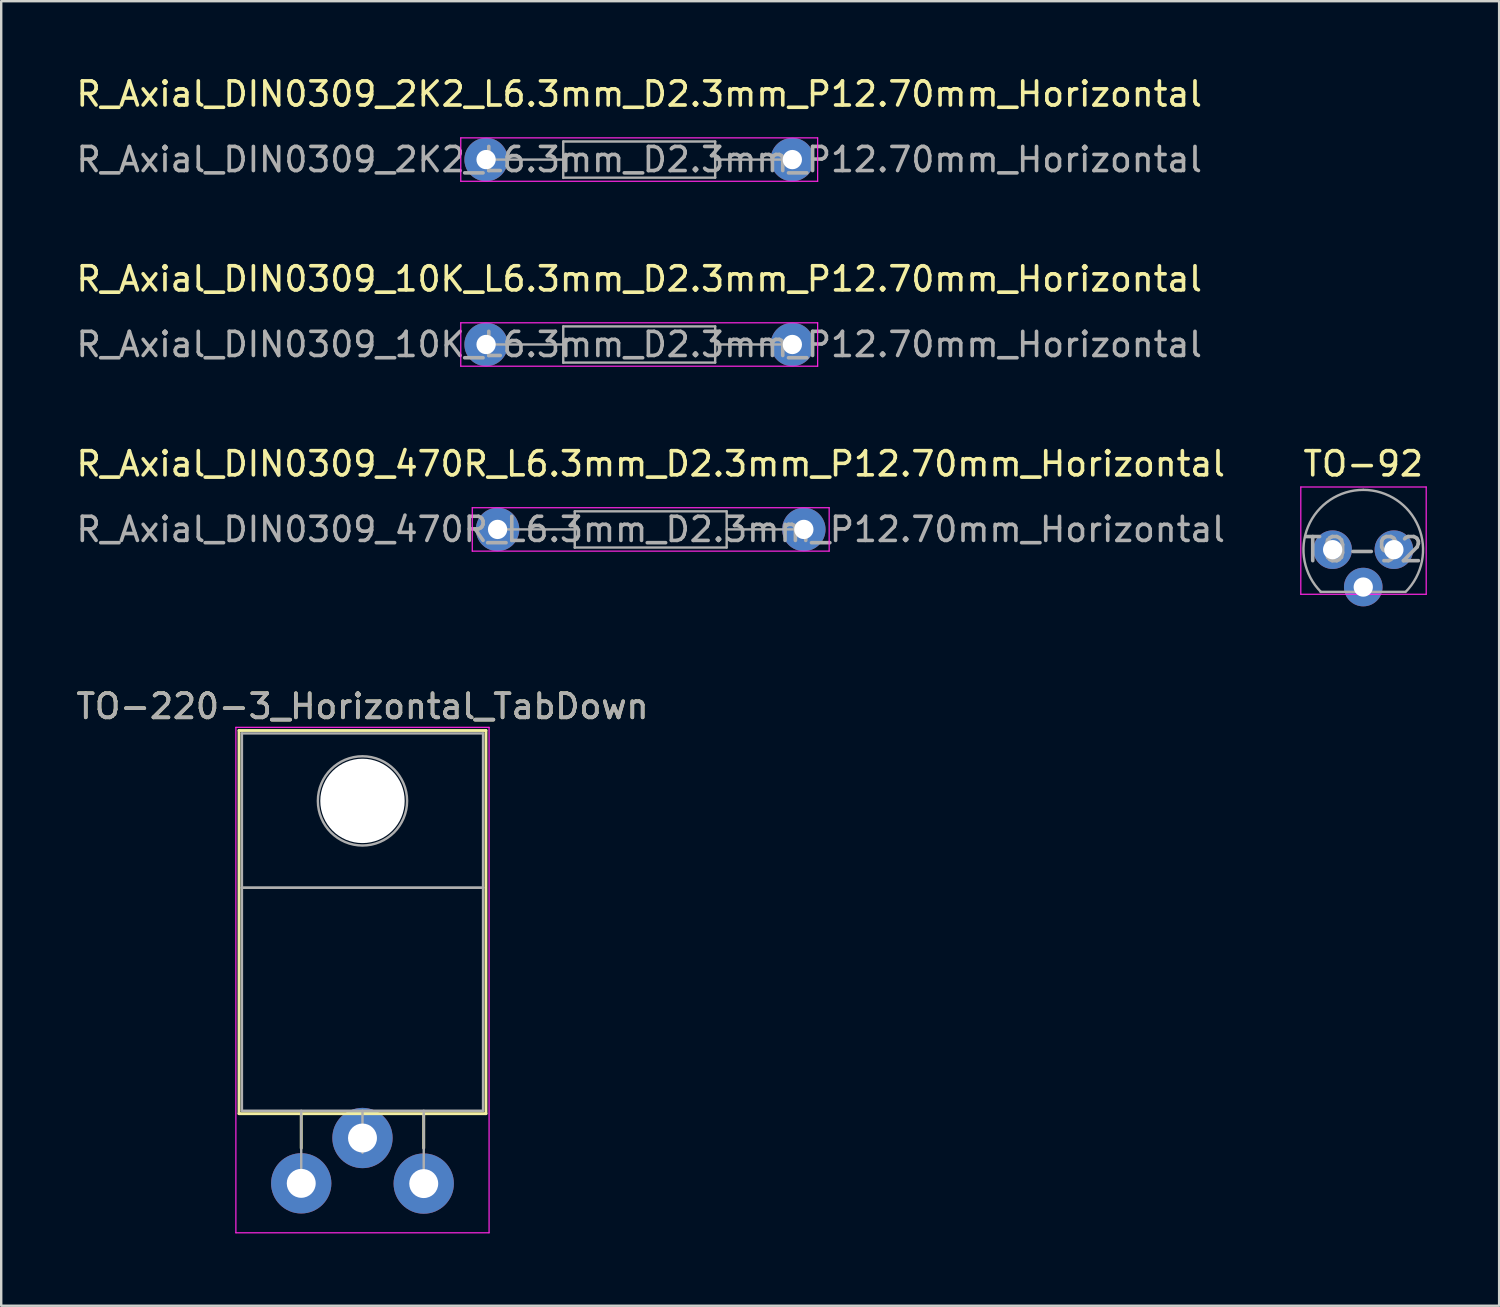
<source format=kicad_pcb>
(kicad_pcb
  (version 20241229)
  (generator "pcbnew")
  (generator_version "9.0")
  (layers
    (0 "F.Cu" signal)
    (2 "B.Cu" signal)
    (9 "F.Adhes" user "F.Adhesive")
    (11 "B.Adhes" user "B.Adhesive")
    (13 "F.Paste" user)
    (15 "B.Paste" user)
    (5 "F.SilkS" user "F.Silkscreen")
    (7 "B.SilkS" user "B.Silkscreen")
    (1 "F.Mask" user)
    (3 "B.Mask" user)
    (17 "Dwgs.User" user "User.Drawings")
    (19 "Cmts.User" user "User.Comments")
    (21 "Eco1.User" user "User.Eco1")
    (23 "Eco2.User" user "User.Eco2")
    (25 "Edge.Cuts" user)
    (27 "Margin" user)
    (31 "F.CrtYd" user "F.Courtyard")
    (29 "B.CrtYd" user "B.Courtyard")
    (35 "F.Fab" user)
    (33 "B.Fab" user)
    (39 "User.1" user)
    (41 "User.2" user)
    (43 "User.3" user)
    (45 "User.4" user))
  (footprint "R_Axial_DIN0309_470R_L6.3mm_D2.3mm_P12.70mm_Horizontal"
    (layer "F.Cu")
    (at 17.585 18.905)
    (property "Reference" "R_Axial_DIN0309_470R_L6.3mm_D2.3mm_P12.70mm_Horizontal" (at 6.35 -2.72 180) (layer "F.SilkS") (effects (font (size 1 1) (thickness 0.15))))
    (attr through_hole)
    (fp_circle (center 0 0) (end 1.1 0) (stroke (width 0) (type solid)) (fill yes) (layer "F.Mask"))
    (fp_circle (center 12.7 0) (end 13.8 0) (stroke (width 0) (type solid)) (fill yes) (layer "F.Mask"))
    (fp_circle (center 0 0) (end 1.1 0) (stroke (width 0) (type solid)) (fill yes) (layer "B.Mask"))
    (fp_circle (center 12.7 0) (end 13.8 0) (stroke (width 0) (type solid)) (fill yes) (layer "B.Mask"))
    (fp_line (start -1.05 -0.9) (end -1.05 0.9) (stroke (width 0.05) (type solid)) (layer "F.CrtYd"))
    (fp_line (start -1.05 0.9) (end 13.75 0.9) (stroke (width 0.05) (type solid)) (layer "F.CrtYd"))
    (fp_line (start 13.75 -0.9) (end -1.05 -0.9) (stroke (width 0.05) (type solid)) (layer "F.CrtYd"))
    (fp_line (start 13.75 0.9) (end 13.75 -0.9) (stroke (width 0.05) (type solid)) (layer "F.CrtYd"))
    (fp_line (start 0 0) (end 3.2 0) (stroke (width 0.1) (type solid)) (layer "F.Fab"))
    (fp_line (start 3.2 -0.75) (end 3.2 0.76) (stroke (width 0.1) (type solid)) (layer "F.Fab"))
    (fp_line (start 3.2 0.75) (end 9.5 0.75) (stroke (width 0.1) (type solid)) (layer "F.Fab"))
    (fp_line (start 9.5 -0.75) (end 3.2 -0.75) (stroke (width 0.1) (type solid)) (layer "F.Fab"))
    (fp_line (start 9.5 0.75) (end 9.5 -0.75) (stroke (width 0.1) (type solid)) (layer "F.Fab"))
    (fp_line (start 12.7 0) (end 9.5 0) (stroke (width 0.1) (type solid)) (layer "F.Fab"))
    (fp_text user "${REFERENCE}" (at 6.35 0 180) (layer "F.Fab") (effects (font (size 1 1) (thickness 0.15))))
    (pad "1" thru_hole circle (at 0 0) (size 1.8 1.8) (drill 0.8) (layers "*.Cu" "*.Mask"))
    (pad "2" thru_hole circle (at 12.7 0) (size 1.8 1.8) (drill 0.8) (layers "*.Cu" "*.Mask")))
  (footprint "R_Axial_DIN0309_10K_L6.3mm_D2.3mm_P12.70mm_Horizontal"
    (layer "F.Cu")
    (at 17.108 11.236)
    (property "Reference" "R_Axial_DIN0309_10K_L6.3mm_D2.3mm_P12.70mm_Horizontal" (at 6.35 -2.72 180) (layer "F.SilkS") (effects (font (size 1 1) (thickness 0.15))))
    (attr through_hole)
    (fp_circle (center 0 0) (end 1.1 0) (stroke (width 0) (type solid)) (fill yes) (layer "F.Mask"))
    (fp_circle (center 12.7 0) (end 13.8 0) (stroke (width 0) (type solid)) (fill yes) (layer "F.Mask"))
    (fp_circle (center 0 0) (end 1.1 0) (stroke (width 0) (type solid)) (fill yes) (layer "B.Mask"))
    (fp_circle (center 12.7 0) (end 13.8 0) (stroke (width 0) (type solid)) (fill yes) (layer "B.Mask"))
    (fp_line (start -1.05 -0.9) (end -1.05 0.9) (stroke (width 0.05) (type solid)) (layer "F.CrtYd"))
    (fp_line (start -1.05 0.9) (end 13.75 0.9) (stroke (width 0.05) (type solid)) (layer "F.CrtYd"))
    (fp_line (start 13.75 -0.9) (end -1.05 -0.9) (stroke (width 0.05) (type solid)) (layer "F.CrtYd"))
    (fp_line (start 13.75 0.9) (end 13.75 -0.9) (stroke (width 0.05) (type solid)) (layer "F.CrtYd"))
    (fp_line (start 0 0) (end 3.2 0) (stroke (width 0.1) (type solid)) (layer "F.Fab"))
    (fp_line (start 3.2 -0.75) (end 3.2 0.76) (stroke (width 0.1) (type solid)) (layer "F.Fab"))
    (fp_line (start 3.2 0.75) (end 9.5 0.75) (stroke (width 0.1) (type solid)) (layer "F.Fab"))
    (fp_line (start 9.5 -0.75) (end 3.2 -0.75) (stroke (width 0.1) (type solid)) (layer "F.Fab"))
    (fp_line (start 9.5 0.75) (end 9.5 -0.75) (stroke (width 0.1) (type solid)) (layer "F.Fab"))
    (fp_line (start 12.7 0) (end 9.5 0) (stroke (width 0.1) (type solid)) (layer "F.Fab"))
    (fp_text user "${REFERENCE}" (at 6.35 0 180) (layer "F.Fab") (effects (font (size 1 1) (thickness 0.15))))
    (pad "1" thru_hole circle (at 0 0) (size 1.8 1.8) (drill 0.8) (layers "*.Cu" "*.Mask"))
    (pad "2" thru_hole circle (at 12.7 0) (size 1.8 1.8) (drill 0.8) (layers "*.Cu" "*.Mask")))
  (footprint "R_Axial_DIN0309_2K2_L6.3mm_D2.3mm_P12.70mm_Horizontal"
    (layer "F.Cu")
    (at 17.108 3.568)
    (property "Reference" "R_Axial_DIN0309_2K2_L6.3mm_D2.3mm_P12.70mm_Horizontal" (at 6.35 -2.72 180) (layer "F.SilkS") (effects (font (size 1 1) (thickness 0.15))))
    (attr through_hole)
    (fp_circle (center 0 0) (end 1.1 0) (stroke (width 0) (type solid)) (fill yes) (layer "F.Mask"))
    (fp_circle (center 12.7 0) (end 13.8 0) (stroke (width 0) (type solid)) (fill yes) (layer "F.Mask"))
    (fp_circle (center 0 0) (end 1.1 0) (stroke (width 0) (type solid)) (fill yes) (layer "B.Mask"))
    (fp_circle (center 12.7 0) (end 13.8 0) (stroke (width 0) (type solid)) (fill yes) (layer "B.Mask"))
    (fp_line (start -1.05 -0.9) (end -1.05 0.9) (stroke (width 0.05) (type solid)) (layer "F.CrtYd"))
    (fp_line (start -1.05 0.9) (end 13.75 0.9) (stroke (width 0.05) (type solid)) (layer "F.CrtYd"))
    (fp_line (start 13.75 -0.9) (end -1.05 -0.9) (stroke (width 0.05) (type solid)) (layer "F.CrtYd"))
    (fp_line (start 13.75 0.9) (end 13.75 -0.9) (stroke (width 0.05) (type solid)) (layer "F.CrtYd"))
    (fp_line (start 0 0) (end 3.2 0) (stroke (width 0.1) (type solid)) (layer "F.Fab"))
    (fp_line (start 3.2 -0.75) (end 3.2 0.76) (stroke (width 0.1) (type solid)) (layer "F.Fab"))
    (fp_line (start 3.2 0.75) (end 9.5 0.75) (stroke (width 0.1) (type solid)) (layer "F.Fab"))
    (fp_line (start 9.5 -0.75) (end 3.2 -0.75) (stroke (width 0.1) (type solid)) (layer "F.Fab"))
    (fp_line (start 9.5 0.75) (end 9.5 -0.75) (stroke (width 0.1) (type solid)) (layer "F.Fab"))
    (fp_line (start 12.7 0) (end 9.5 0) (stroke (width 0.1) (type solid)) (layer "F.Fab"))
    (fp_text user "${REFERENCE}" (at 6.35 0 180) (layer "F.Fab") (effects (font (size 1 1) (thickness 0.15))))
    (pad "1" thru_hole circle (at 0 0) (size 1.8 1.8) (drill 0.8) (layers "*.Cu" "*.Mask"))
    (pad "2" thru_hole circle (at 12.7 0) (size 1.8 1.8) (drill 0.8) (layers "*.Cu" "*.Mask")))
  (footprint "TO-220-3_Horizontal_TabDown"
    (layer "F.Cu")
    (at 9.442 46.023)
    (property "Reference" "TO-220-3_Horizontal_TabDown" (at 2.54 -19.78 0) (layer "F.SilkS") (effects (font (size 1 1) (thickness 0.15))))
    (attr through_hole)
    (fp_circle (center 0 0) (end 1.6 0) (stroke (width 0) (type solid)) (fill yes) (layer "F.Mask"))
    (fp_circle (center 2.54 -1.88) (end 4.14 -1.88) (stroke (width 0) (type solid)) (fill yes) (layer "F.Mask"))
    (fp_circle (center 5.08 0.01) (end 6.68 0.01) (stroke (width 0) (type solid)) (fill yes) (layer "F.Mask"))
    (fp_circle (center 0 0) (end -1.6 0) (stroke (width 0) (type solid)) (fill yes) (layer "B.Mask"))
    (fp_circle (center 2.54 -1.88) (end 0.94 -1.88) (stroke (width 0) (type solid)) (fill yes) (layer "B.Mask"))
    (fp_circle (center 5.08 0.01) (end 3.48 0.01) (stroke (width 0) (type solid)) (fill yes) (layer "B.Mask"))
    (fp_line (start -2.58 -18.78) (end -2.58 -2.89) (stroke (width 0.12) (type solid)) (layer "F.SilkS"))
    (fp_line (start -2.58 -18.78) (end 7.66 -18.78) (stroke (width 0.12) (type solid)) (layer "F.SilkS"))
    (fp_line (start -2.58 -2.89) (end 7.66 -2.89) (stroke (width 0.12) (type solid)) (layer "F.SilkS"))
    (fp_line (start 0 -2.89) (end 0 -1.46) (stroke (width 0.12) (type solid)) (layer "F.SilkS"))
    (fp_line (start 5.08 -2.89) (end 5.08 -1.46) (stroke (width 0.12) (type solid)) (layer "F.SilkS"))
    (fp_line (start 7.66 -18.78) (end 7.66 -2.89) (stroke (width 0.12) (type solid)) (layer "F.SilkS"))
    (fp_line (start -2.71 -18.91) (end -2.71 2.05) (stroke (width 0.05) (type solid)) (layer "F.CrtYd"))
    (fp_line (start -2.71 2.05) (end 7.79 2.05) (stroke (width 0.05) (type solid)) (layer "F.CrtYd"))
    (fp_line (start 7.79 -18.91) (end -2.71 -18.91) (stroke (width 0.05) (type solid)) (layer "F.CrtYd"))
    (fp_line (start 7.79 2.05) (end 7.79 -18.91) (stroke (width 0.05) (type solid)) (layer "F.CrtYd"))
    (fp_line (start -2.46 -18.66) (end 7.54 -18.66) (stroke (width 0.1) (type solid)) (layer "F.Fab"))
    (fp_line (start -2.46 -12.26) (end -2.46 -18.66) (stroke (width 0.1) (type solid)) (layer "F.Fab"))
    (fp_line (start -2.46 -12.26) (end 7.54 -12.26) (stroke (width 0.1) (type solid)) (layer "F.Fab"))
    (fp_line (start -2.46 -3.01) (end -2.46 -12.26) (stroke (width 0.1) (type solid)) (layer "F.Fab"))
    (fp_line (start 0 -3.01) (end 0 0) (stroke (width 0.1) (type solid)) (layer "F.Fab"))
    (fp_line (start 2.54 -3.01) (end 2.54 -1.27) (stroke (width 0.1) (type solid)) (layer "F.Fab"))
    (fp_line (start 5.08 -3.01) (end 5.08 0) (stroke (width 0.1) (type solid)) (layer "F.Fab"))
    (fp_line (start 7.54 -18.66) (end 7.54 -12.26) (stroke (width 0.1) (type solid)) (layer "F.Fab"))
    (fp_line (start 7.54 -12.26) (end -2.46 -12.26) (stroke (width 0.1) (type solid)) (layer "F.Fab"))
    (fp_line (start 7.54 -12.26) (end 7.54 -3.01) (stroke (width 0.1) (type solid)) (layer "F.Fab"))
    (fp_line (start 7.54 -3.01) (end -2.46 -3.01) (stroke (width 0.1) (type solid)) (layer "F.Fab"))
    (fp_circle (center 2.54 -15.86) (end 4.39 -15.86) (stroke (width 0.1) (type solid)) (fill no) (layer "F.Fab"))
    (fp_text user "${REFERENCE}" (at 2.54 -19.78 0) (layer "F.Fab") (effects (font (size 1 1) (thickness 0.15))))
    (pad "" np_thru_hole oval (at 2.54 -15.86) (size 3.5 3.5) (drill 3.5) (layers "*.Cu" "*.Mask"))
    (pad "1" thru_hole circle (at 0 0) (size 2.5 2.5) (drill 1.2) (layers "*.Cu" "*.Mask"))
    (pad "2" thru_hole circle (at 2.54 -1.88) (size 2.5 2.5) (drill 1.2) (layers "*.Cu" "*.Mask"))
    (pad "3" thru_hole circle (at 5.08 0.01) (size 2.5 2.5) (drill 1.2) (layers "*.Cu" "*.Mask")))
  (footprint "TO-92"
    (layer "F.Cu")
    (at 52.214 19.745)
    (property "Reference" "TO-92" (at 1.27 -3.56 0) (layer "F.SilkS") (effects (font (size 1 1) (thickness 0.15))))
    (attr through_hole)
    (fp_circle (center 0 0) (end 1.1 0) (stroke (width 0) (type solid)) (fill yes) (layer "F.Mask"))
    (fp_circle (center 1.27 1.55) (end 2.37 1.55) (stroke (width 0) (type solid)) (fill yes) (layer "F.Mask"))
    (fp_circle (center 2.54 0) (end 3.64 0) (stroke (width 0) (type solid)) (fill yes) (layer "F.Mask"))
    (fp_circle (center 0 0) (end -1.1 0) (stroke (width 0) (type solid)) (fill yes) (layer "B.Mask"))
    (fp_circle (center 1.27 1.55) (end 2.37 1.55) (stroke (width 0) (type solid)) (fill yes) (layer "B.Mask"))
    (fp_circle (center 2.54 0) (end 1.44 0) (stroke (width 0) (type solid)) (fill yes) (layer "B.Mask"))
    (fp_line (start -1.32 -2.6) (end -1.32 1.85) (stroke (width 0.05) (type solid)) (layer "F.CrtYd"))
    (fp_line (start -1.32 -2.6) (end 3.88 -2.6) (stroke (width 0.05) (type solid)) (layer "F.CrtYd"))
    (fp_line (start 3.88 1.85) (end -1.32 1.85) (stroke (width 0.05) (type solid)) (layer "F.CrtYd"))
    (fp_line (start 3.88 1.85) (end 3.88 -2.6) (stroke (width 0.05) (type solid)) (layer "F.CrtYd"))
    (fp_line (start -0.5 1.75) (end 3 1.75) (stroke (width 0.1) (type solid)) (layer "F.Fab"))
    (fp_arc (start -0.483625 1.753625) (mid -1.021221 -0.949055) (end 1.27 -2.48) (stroke (width 0.1) (type solid)) (layer "F.Fab"))
    (fp_arc (start 1.27 -2.48) (mid 3.561221 -0.949055) (end 3.023625 1.753625) (stroke (width 0.1) (type solid)) (layer "F.Fab"))
    (fp_text user "${REFERENCE}" (at 1.27 0 0) (layer "F.Fab") (effects (font (size 1 1) (thickness 0.15))))
    (pad "1" thru_hole circle (at 0 0) (size 1.6 1.6) (drill 0.8) (layers "*.Cu" "*.Mask"))
    (pad "2" thru_hole circle (at 1.27 1.55) (size 1.6 1.6) (drill 0.8) (layers "*.Cu" "*.Mask"))
    (pad "3" thru_hole circle (at 2.54 0) (size 1.6 1.6) (drill 0.8) (layers "*.Cu" "*.Mask")))
  (gr_rect
    (start -3 -3)
    (end 59.119 51.098)
    (stroke (width 0.1) (type default))
    (fill no)
    (layer "Edge.Cuts")))
</source>
